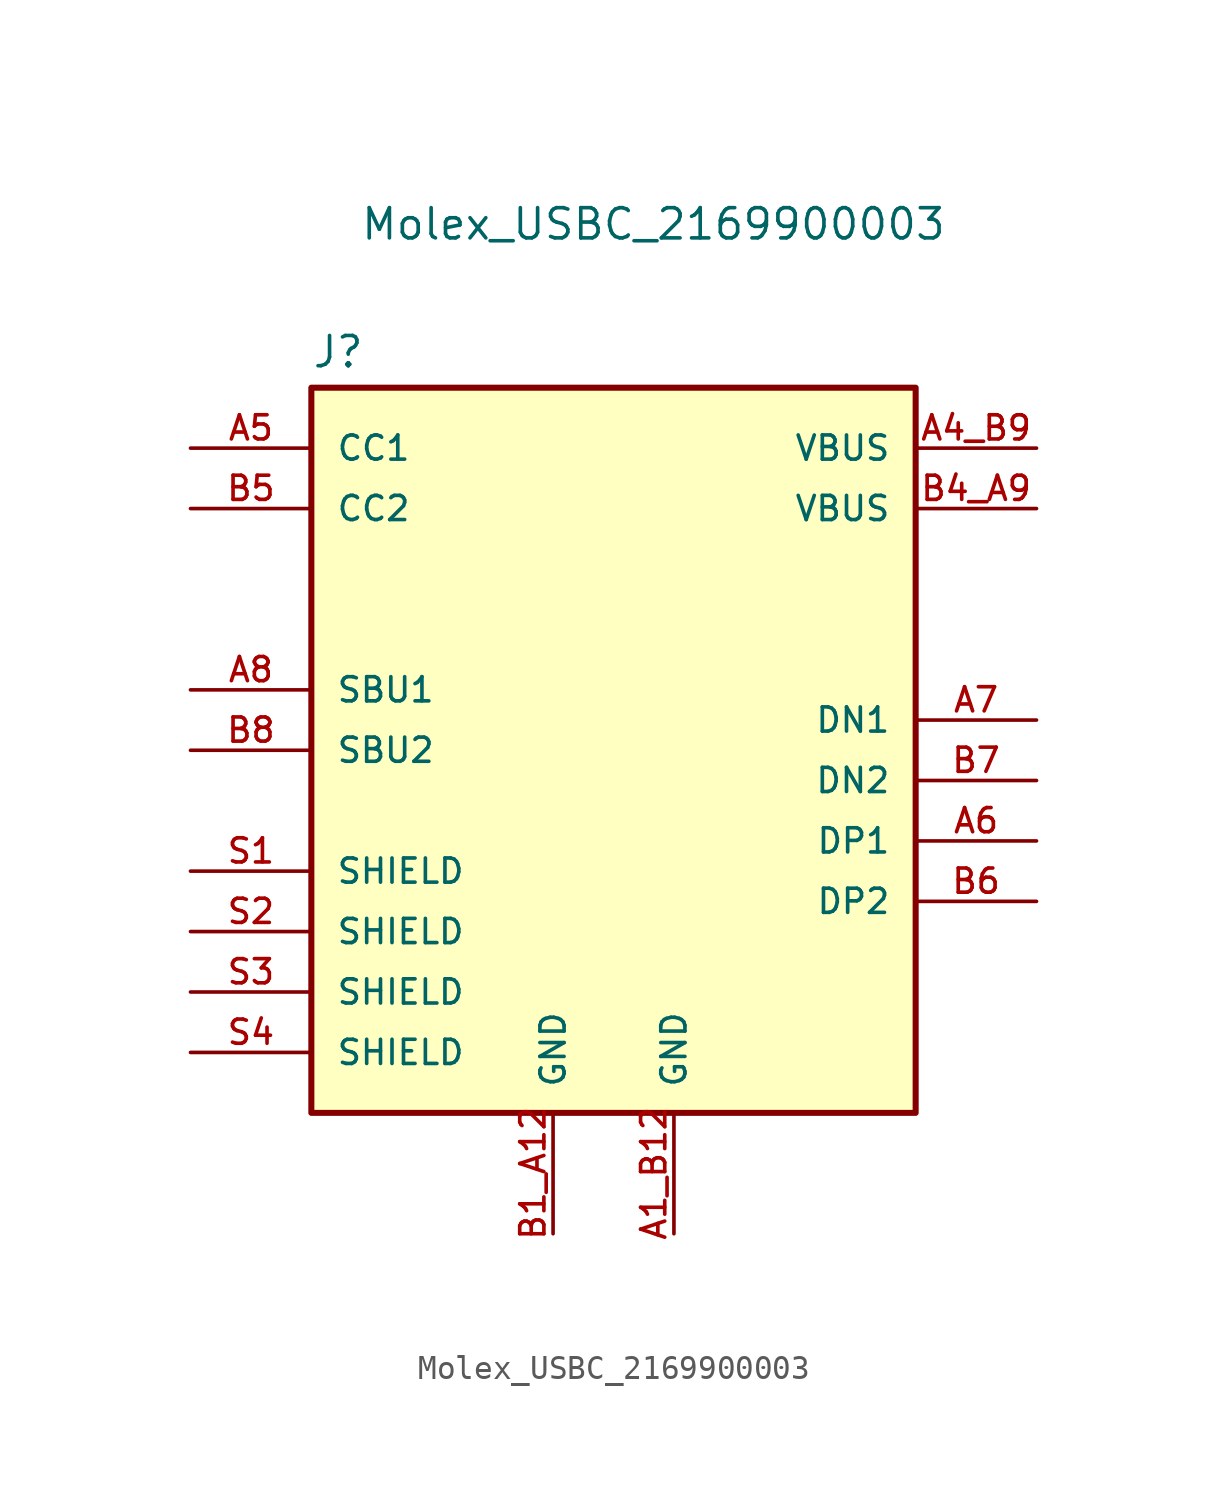
<source format=kicad_sym>
(kicad_symbol_lib
  (version 20231120)
  (generator "kicad_symbol_editor")
  (generator_version "8.0")
  (symbol "Molex_USBC_2169900003"
    (pin_names
      (offset 1.016))
    (property "Reference" "J"
      (at -12.7 10.922 0)
      (effects (font (size 1.27 1.27)) (justify left bottom)))
    (property "Value" "Molex_USBC_2169900003"
      (at -10.668 17.78 0)
      (effects (font (size 1.27 1.27)) (justify left top)))
    (symbol "Molex_USBC_2169900003_0_0"
      (rectangle (start -12.7 10.16) (end 12.7 -20.32) (stroke (width 0.254) (type default)) (fill (type background)))
      (pin power_in line (at 2.54 -25.4 90) (length 5.08) (name "GND" (effects (font (size 1.016 1.016)))) (number "A1_B12" (effects (font (size 1.016 1.016)))))
      (pin power_in line (at 17.78 7.62 180) (length 5.08) (name "VBUS" (effects (font (size 1.016 1.016)))) (number "A4_B9" (effects (font (size 1.016 1.016)))))
      (pin bidirectional line (at -17.78 7.62 0) (length 5.08) (name "CC1" (effects (font (size 1.016 1.016)))) (number "A5" (effects (font (size 1.016 1.016)))))
      (pin bidirectional line (at 17.78 -8.89 180) (length 5.08) (name "DP1" (effects (font (size 1.016 1.016)))) (number "A6" (effects (font (size 1.016 1.016)))))
      (pin bidirectional line (at 17.78 -3.81 180) (length 5.08) (name "DN1" (effects (font (size 1.016 1.016)))) (number "A7" (effects (font (size 1.016 1.016)))))
      (pin bidirectional line (at -17.78 -2.54 0) (length 5.08) (name "SBU1" (effects (font (size 1.016 1.016)))) (number "A8" (effects (font (size 1.016 1.016)))))
      (pin bidirectional line (at -17.78 5.08 0) (length 5.08) (name "CC2" (effects (font (size 1.016 1.016)))) (number "B5" (effects (font (size 1.016 1.016)))))
      (pin bidirectional line (at 17.78 -11.43 180) (length 5.08) (name "DP2" (effects (font (size 1.016 1.016)))) (number "B6" (effects (font (size 1.016 1.016)))))
      (pin bidirectional line (at 17.78 -6.35 180) (length 5.08) (name "DN2" (effects (font (size 1.016 1.016)))) (number "B7" (effects (font (size 1.016 1.016)))))
      (pin bidirectional line (at -17.78 -5.08 0) (length 5.08) (name "SBU2" (effects (font (size 1.016 1.016)))) (number "B8" (effects (font (size 1.016 1.016)))))
      (pin passive line (at -17.78 -10.16 0) (length 5.08) (name "SHIELD" (effects (font (size 1.016 1.016)))) (number "S1" (effects (font (size 1.016 1.016))))))
    (symbol "Molex_USBC_2169900003_1_0"
      (pin power_in line (at -2.54 -25.4 90) (length 5.08) (name "GND" (effects (font (size 1.016 1.016)))) (number "B1_A12" (effects (font (size 1.016 1.016)))))
      (pin power_in line (at 17.78 5.08 180) (length 5.08) (name "VBUS" (effects (font (size 1.016 1.016)))) (number "B4_A9" (effects (font (size 1.016 1.016)))))
      (pin passive line (at -17.78 -12.7 0) (length 5.08) (name "SHIELD" (effects (font (size 1.016 1.016)))) (number "S2" (effects (font (size 1.016 1.016)))))
      (pin passive line (at -17.78 -15.24 0) (length 5.08) (name "SHIELD" (effects (font (size 1.016 1.016)))) (number "S3" (effects (font (size 1.016 1.016)))))
      (pin passive line (at -17.78 -17.78 0) (length 5.08) (name "SHIELD" (effects (font (size 1.016 1.016)))) (number "S4" (effects (font (size 1.016 1.016))))))))
</source>
